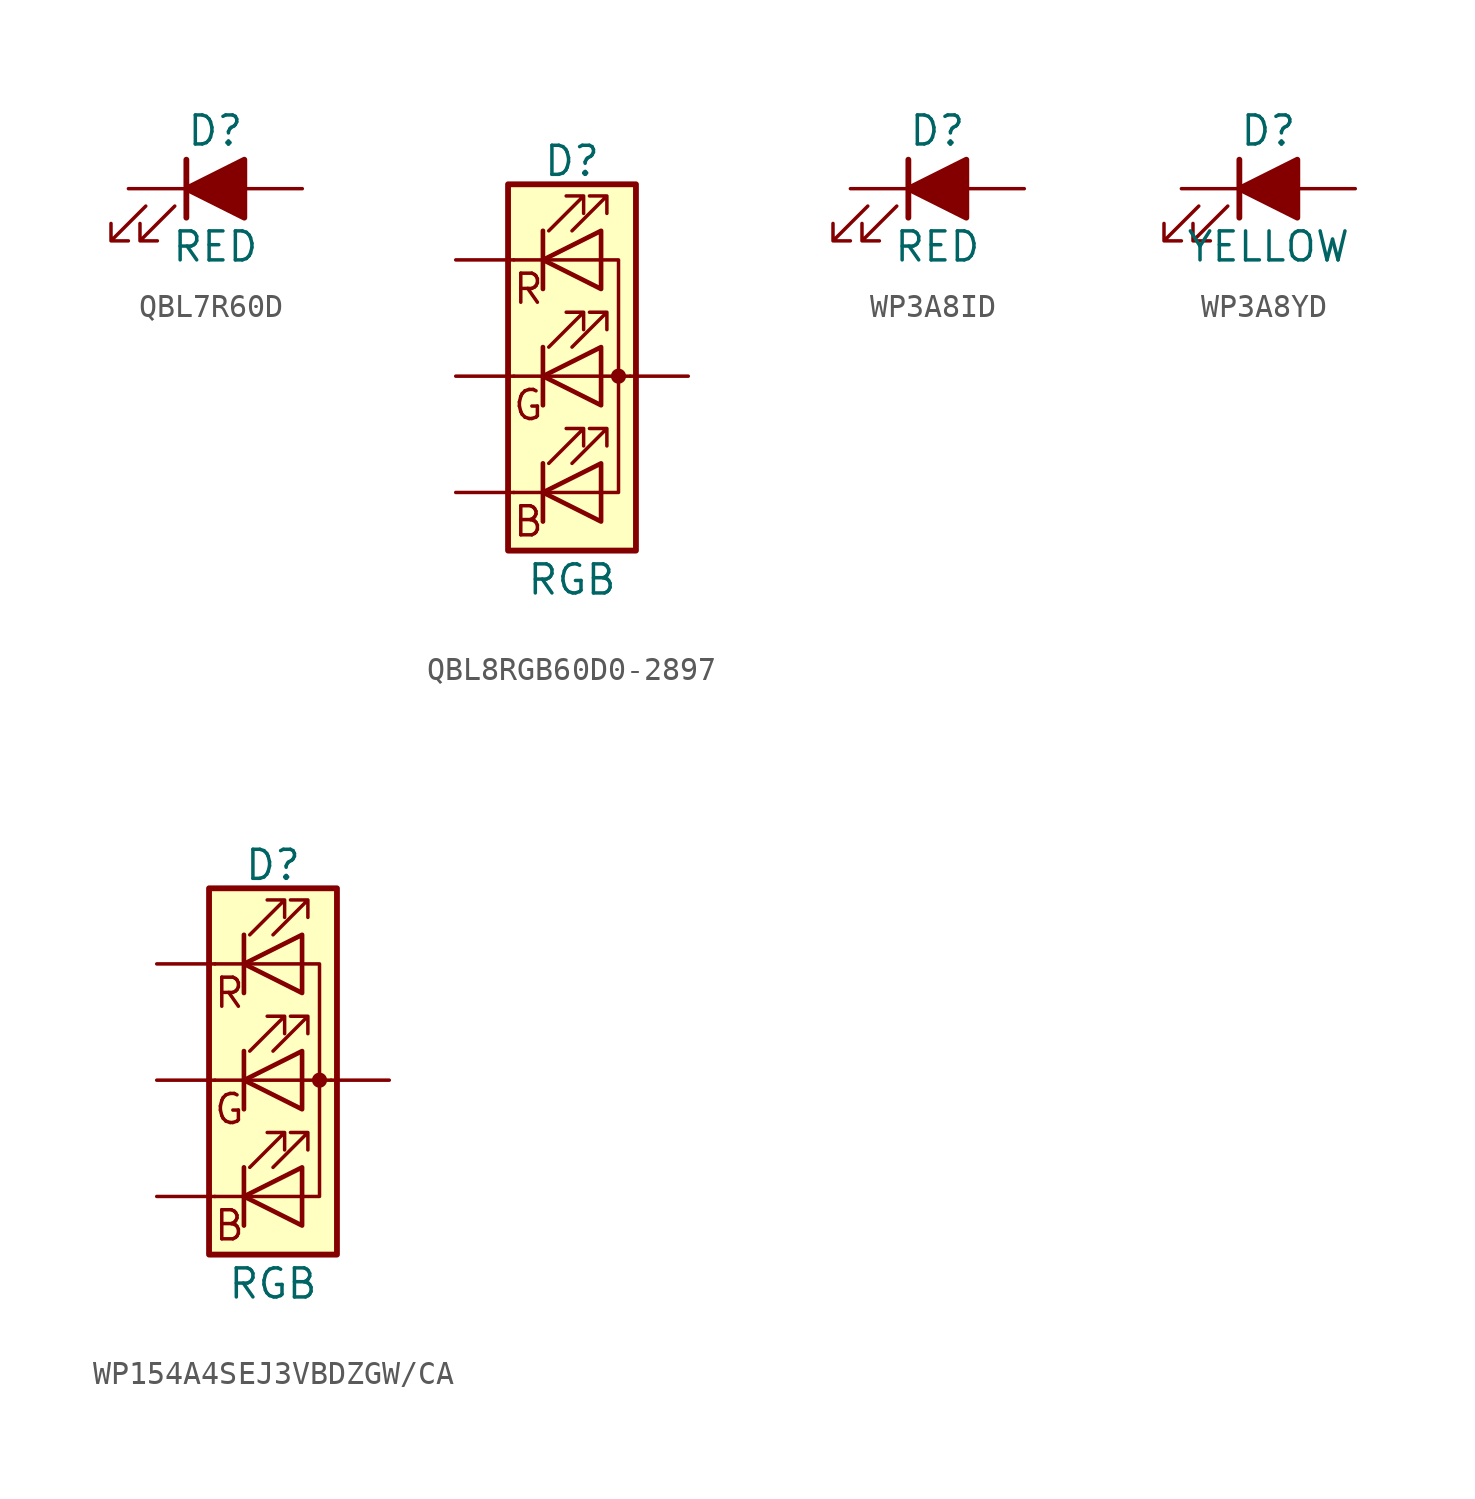
<source format=kicad_sym>
(kicad_symbol_lib
  (version 20220914)
  (generator kicad_symbol_editor)
  (symbol "QBL7R60D"
    (pin_numbers hide)
    (pin_names
      (offset 1.016) hide)
    (property "Reference" "D"
      (at 0 2.54 0)
      (effects (font (size 1.27 1.27))))
    (property "Value" "RED"
      (at 0 -2.54 0)
      (effects (font (size 1.27 1.27))))
    (symbol "QBL7R60D_0_1"
      (polyline (pts (xy -1.27 -1.27) (xy -1.27 1.27)) (stroke (width 0.254) (type default)) (fill (type none)))
      (polyline (pts (xy -1.27 0) (xy 1.27 0)) (stroke (width 0) (type default)) (fill (type none)))
      (polyline (pts (xy -3.048 -0.762) (xy -4.572 -2.286) (xy -3.81 -2.286) (xy -4.572 -2.286) (xy -4.572 -1.524)) (stroke (width 0) (type default)) (fill (type none)))
      (polyline (pts (xy -1.778 -0.762) (xy -3.302 -2.286) (xy -2.54 -2.286) (xy -3.302 -2.286) (xy -3.302 -1.524)) (stroke (width 0) (type default)) (fill (type none))))
    (symbol "QBL7R60D_1_1"
      (polyline (pts (xy 1.27 -1.27) (xy 1.27 1.27) (xy -1.27 0) (xy 1.27 -1.27)) (stroke (width 0.254) (type default)) (fill (type outline)))
      (pin passive line (at -3.81 0 0) (length 2.54) (name "K" (effects (font (size 1.27 1.27)))) (number "1" (effects (font (size 1.27 1.27)))))
      (pin passive line (at 3.81 0 180) (length 2.54) (name "A" (effects (font (size 1.27 1.27)))) (number "2" (effects (font (size 1.27 1.27)))))))
  (symbol "QBL8RGB60D0-2897"
    (pin_names
      (offset 0) hide)
    (property "Reference" "D"
      (at 0 9.398 0)
      (effects (font (size 1.27 1.27))))
    (property "Value" "RGB"
      (at 0 -8.89 0)
      (effects (font (size 1.27 1.27))))
    (symbol "QBL8RGB60D0-2897_0_0"
      (text "B" (at -1.905 -6.35 0) (effects (font (size 1.27 1.27))))
      (text "G" (at -1.905 -1.27 0) (effects (font (size 1.27 1.27))))
      (text "R" (at -1.905 3.81 0) (effects (font (size 1.27 1.27)))))
    (symbol "QBL8RGB60D0-2897_0_1"
      (polyline (pts (xy -1.27 -5.08) (xy -2.54 -5.08)) (stroke (width 0) (type solid)) (fill (type none)))
      (polyline (pts (xy -1.27 -5.08) (xy 1.27 -5.08)) (stroke (width 0) (type solid)) (fill (type none)))
      (polyline (pts (xy -1.27 -3.81) (xy -1.27 -6.35)) (stroke (width 0) (type solid)) (fill (type none)))
      (polyline (pts (xy -1.27 -3.81) (xy -1.27 -6.35)) (stroke (width 0.203) (type solid)) (fill (type none)))
      (polyline (pts (xy -1.27 0) (xy -2.54 0)) (stroke (width 0) (type solid)) (fill (type none)))
      (polyline (pts (xy -1.27 0) (xy 1.27 0)) (stroke (width 0) (type solid)) (fill (type none)))
      (polyline (pts (xy -1.27 1.27) (xy -1.27 -1.27)) (stroke (width 0.203) (type solid)) (fill (type none)))
      (polyline (pts (xy -1.27 5.08) (xy -2.54 5.08)) (stroke (width 0) (type solid)) (fill (type none)))
      (polyline (pts (xy -1.27 6.35) (xy -1.27 3.81)) (stroke (width 0.203) (type solid)) (fill (type none)))
      (polyline (pts (xy 1.27 0) (xy 2.54 0)) (stroke (width 0) (type solid)) (fill (type none)))
      (polyline (pts (xy 1.27 5.08) (xy -1.27 5.08)) (stroke (width 0) (type solid)) (fill (type none)))
      (polyline (pts (xy -1.27 1.27) (xy -1.27 -1.27) (xy -1.27 -1.27)) (stroke (width 0) (type solid)) (fill (type none)))
      (polyline (pts (xy -1.27 6.35) (xy -1.27 3.81) (xy -1.27 3.81)) (stroke (width 0) (type solid)) (fill (type none)))
      (polyline (pts (xy 1.27 -5.08) (xy 2.032 -5.08) (xy 2.032 5.08) (xy 1.27 5.08)) (stroke (width 0) (type solid)) (fill (type none)))
      (polyline (pts (xy 1.27 -3.81) (xy 1.27 -6.35) (xy -1.27 -5.08) (xy 1.27 -3.81)) (stroke (width 0.203) (type solid)) (fill (type none)))
      (polyline (pts (xy 1.27 1.27) (xy 1.27 -1.27) (xy -1.27 0) (xy 1.27 1.27)) (stroke (width 0.203) (type solid)) (fill (type none)))
      (polyline (pts (xy 1.27 6.35) (xy 1.27 3.81) (xy -1.27 5.08) (xy 1.27 6.35)) (stroke (width 0.203) (type solid)) (fill (type none)))
      (polyline (pts (xy -1.016 -3.81) (xy 0.508 -2.286) (xy -0.254 -2.286) (xy 0.508 -2.286) (xy 0.508 -3.048)) (stroke (width 0) (type solid)) (fill (type none)))
      (polyline (pts (xy -1.016 1.27) (xy 0.508 2.794) (xy -0.254 2.794) (xy 0.508 2.794) (xy 0.508 2.032)) (stroke (width 0) (type solid)) (fill (type none)))
      (polyline (pts (xy -1.016 6.35) (xy 0.508 7.874) (xy -0.254 7.874) (xy 0.508 7.874) (xy 0.508 7.112)) (stroke (width 0) (type solid)) (fill (type none)))
      (polyline (pts (xy 0 -3.81) (xy 1.524 -2.286) (xy 0.762 -2.286) (xy 1.524 -2.286) (xy 1.524 -3.048)) (stroke (width 0) (type solid)) (fill (type none)))
      (polyline (pts (xy 0 1.27) (xy 1.524 2.794) (xy 0.762 2.794) (xy 1.524 2.794) (xy 1.524 2.032)) (stroke (width 0) (type solid)) (fill (type none)))
      (polyline (pts (xy 0 6.35) (xy 1.524 7.874) (xy 0.762 7.874) (xy 1.524 7.874) (xy 1.524 7.112)) (stroke (width 0) (type solid)) (fill (type none)))
      (rectangle (start 1.27 -1.27) (end 1.27 1.27) (stroke (width 0) (type solid)) (fill (type none)))
      (rectangle (start 1.27 1.27) (end 1.27 1.27) (stroke (width 0) (type solid)) (fill (type none)))
      (rectangle (start 1.27 3.81) (end 1.27 6.35) (stroke (width 0) (type solid)) (fill (type none)))
      (rectangle (start 1.27 6.35) (end 1.27 6.35) (stroke (width 0) (type solid)) (fill (type none)))
      (circle (center 2.032 0) (radius 0.254) (stroke (width 0) (type solid)) (fill (type outline)))
      (rectangle (start 2.794 8.382) (end -2.794 -7.62) (stroke (width 0.254) (type solid)) (fill (type background))))
    (symbol "QBL8RGB60D0-2897_1_1"
      (pin passive line (at -5.08 5.08 0) (length 2.54) (name "RK" (effects (font (size 0 0)))) (number "1" (effects (font (size 0 0)))))
      (pin power_in line (at 5.08 0 180) (length 2.54) (name "A" (effects (font (size 0 0)))) (number "2" (effects (font (size 0 0)))))
      (pin passive line (at -5.08 -5.08 0) (length 2.54) (name "BK" (effects (font (size 0 0)))) (number "3" (effects (font (size 0 0)))))
      (pin passive line (at -5.08 0 0) (length 2.54) (name "GK" (effects (font (size 0 0)))) (number "4" (effects (font (size 0 0)))))))
  (symbol "WP3A8ID"
    (pin_numbers hide)
    (pin_names
      (offset 1.016) hide)
    (property "Reference" "D"
      (at 0 2.54 0)
      (effects (font (size 1.27 1.27))))
    (property "Value" "RED"
      (at 0 -2.54 0)
      (effects (font (size 1.27 1.27))))
    (symbol "WP3A8ID_0_1"
      (polyline (pts (xy -1.27 -1.27) (xy -1.27 1.27)) (stroke (width 0.254) (type default)) (fill (type none)))
      (polyline (pts (xy -1.27 0) (xy 1.27 0)) (stroke (width 0) (type default)) (fill (type none)))
      (polyline (pts (xy -3.048 -0.762) (xy -4.572 -2.286) (xy -3.81 -2.286) (xy -4.572 -2.286) (xy -4.572 -1.524)) (stroke (width 0) (type default)) (fill (type none)))
      (polyline (pts (xy -1.778 -0.762) (xy -3.302 -2.286) (xy -2.54 -2.286) (xy -3.302 -2.286) (xy -3.302 -1.524)) (stroke (width 0) (type default)) (fill (type none))))
    (symbol "WP3A8ID_1_1"
      (polyline (pts (xy 1.27 -1.27) (xy 1.27 1.27) (xy -1.27 0) (xy 1.27 -1.27)) (stroke (width 0.254) (type default)) (fill (type outline)))
      (pin passive line (at -3.81 0 0) (length 2.54) (name "K" (effects (font (size 1.27 1.27)))) (number "1" (effects (font (size 1.27 1.27)))))
      (pin passive line (at 3.81 0 180) (length 2.54) (name "A" (effects (font (size 1.27 1.27)))) (number "2" (effects (font (size 1.27 1.27)))))))
  (symbol "WP3A8YD"
    (pin_numbers hide)
    (pin_names
      (offset 1.016) hide)
    (property "Reference" "D"
      (at 0 2.54 0)
      (effects (font (size 1.27 1.27))))
    (property "Value" "YELLOW"
      (at 0 -2.54 0)
      (effects (font (size 1.27 1.27))))
    (symbol "WP3A8YD_0_1"
      (polyline (pts (xy -1.27 -1.27) (xy -1.27 1.27)) (stroke (width 0.254) (type default)) (fill (type none)))
      (polyline (pts (xy -1.27 0) (xy 1.27 0)) (stroke (width 0) (type default)) (fill (type none)))
      (polyline (pts (xy -3.048 -0.762) (xy -4.572 -2.286) (xy -3.81 -2.286) (xy -4.572 -2.286) (xy -4.572 -1.524)) (stroke (width 0) (type default)) (fill (type none)))
      (polyline (pts (xy -1.778 -0.762) (xy -3.302 -2.286) (xy -2.54 -2.286) (xy -3.302 -2.286) (xy -3.302 -1.524)) (stroke (width 0) (type default)) (fill (type none))))
    (symbol "WP3A8YD_1_1"
      (polyline (pts (xy 1.27 -1.27) (xy 1.27 1.27) (xy -1.27 0) (xy 1.27 -1.27)) (stroke (width 0.254) (type default)) (fill (type outline)))
      (pin passive line (at -3.81 0 0) (length 2.54) (name "K" (effects (font (size 1.27 1.27)))) (number "1" (effects (font (size 1.27 1.27)))))
      (pin passive line (at 3.81 0 180) (length 2.54) (name "A" (effects (font (size 1.27 1.27)))) (number "2" (effects (font (size 1.27 1.27)))))))
  (symbol "WP154A4SEJ3VBDZGW/CA"
    (pin_names
      (offset 0) hide)
    (property "Reference" "D"
      (at 0 9.398 0)
      (effects (font (size 1.27 1.27))))
    (property "Value" "RGB"
      (at 0 -8.89 0)
      (effects (font (size 1.27 1.27))))
    (symbol "WP154A4SEJ3VBDZGW/CA_0_0"
      (text "B" (at -1.905 -6.35 0) (effects (font (size 1.27 1.27))))
      (text "G" (at -1.905 -1.27 0) (effects (font (size 1.27 1.27))))
      (text "R" (at -1.905 3.81 0) (effects (font (size 1.27 1.27)))))
    (symbol "WP154A4SEJ3VBDZGW/CA_0_1"
      (polyline (pts (xy -1.27 -5.08) (xy -2.54 -5.08)) (stroke (width 0) (type solid)) (fill (type none)))
      (polyline (pts (xy -1.27 -5.08) (xy 1.27 -5.08)) (stroke (width 0) (type solid)) (fill (type none)))
      (polyline (pts (xy -1.27 -3.81) (xy -1.27 -6.35)) (stroke (width 0) (type solid)) (fill (type none)))
      (polyline (pts (xy -1.27 -3.81) (xy -1.27 -6.35)) (stroke (width 0.203) (type solid)) (fill (type none)))
      (polyline (pts (xy -1.27 0) (xy -2.54 0)) (stroke (width 0) (type solid)) (fill (type none)))
      (polyline (pts (xy -1.27 0) (xy 1.27 0)) (stroke (width 0) (type solid)) (fill (type none)))
      (polyline (pts (xy -1.27 1.27) (xy -1.27 -1.27)) (stroke (width 0.203) (type solid)) (fill (type none)))
      (polyline (pts (xy -1.27 5.08) (xy -2.54 5.08)) (stroke (width 0) (type solid)) (fill (type none)))
      (polyline (pts (xy -1.27 6.35) (xy -1.27 3.81)) (stroke (width 0.203) (type solid)) (fill (type none)))
      (polyline (pts (xy 1.27 0) (xy 2.54 0)) (stroke (width 0) (type solid)) (fill (type none)))
      (polyline (pts (xy 1.27 5.08) (xy -1.27 5.08)) (stroke (width 0) (type solid)) (fill (type none)))
      (polyline (pts (xy -1.27 1.27) (xy -1.27 -1.27) (xy -1.27 -1.27)) (stroke (width 0) (type solid)) (fill (type none)))
      (polyline (pts (xy -1.27 6.35) (xy -1.27 3.81) (xy -1.27 3.81)) (stroke (width 0) (type solid)) (fill (type none)))
      (polyline (pts (xy 1.27 -5.08) (xy 2.032 -5.08) (xy 2.032 5.08) (xy 1.27 5.08)) (stroke (width 0) (type solid)) (fill (type none)))
      (polyline (pts (xy 1.27 -3.81) (xy 1.27 -6.35) (xy -1.27 -5.08) (xy 1.27 -3.81)) (stroke (width 0.203) (type solid)) (fill (type none)))
      (polyline (pts (xy 1.27 1.27) (xy 1.27 -1.27) (xy -1.27 0) (xy 1.27 1.27)) (stroke (width 0.203) (type solid)) (fill (type none)))
      (polyline (pts (xy 1.27 6.35) (xy 1.27 3.81) (xy -1.27 5.08) (xy 1.27 6.35)) (stroke (width 0.203) (type solid)) (fill (type none)))
      (polyline (pts (xy -1.016 -3.81) (xy 0.508 -2.286) (xy -0.254 -2.286) (xy 0.508 -2.286) (xy 0.508 -3.048)) (stroke (width 0) (type solid)) (fill (type none)))
      (polyline (pts (xy -1.016 1.27) (xy 0.508 2.794) (xy -0.254 2.794) (xy 0.508 2.794) (xy 0.508 2.032)) (stroke (width 0) (type solid)) (fill (type none)))
      (polyline (pts (xy -1.016 6.35) (xy 0.508 7.874) (xy -0.254 7.874) (xy 0.508 7.874) (xy 0.508 7.112)) (stroke (width 0) (type solid)) (fill (type none)))
      (polyline (pts (xy 0 -3.81) (xy 1.524 -2.286) (xy 0.762 -2.286) (xy 1.524 -2.286) (xy 1.524 -3.048)) (stroke (width 0) (type solid)) (fill (type none)))
      (polyline (pts (xy 0 1.27) (xy 1.524 2.794) (xy 0.762 2.794) (xy 1.524 2.794) (xy 1.524 2.032)) (stroke (width 0) (type solid)) (fill (type none)))
      (polyline (pts (xy 0 6.35) (xy 1.524 7.874) (xy 0.762 7.874) (xy 1.524 7.874) (xy 1.524 7.112)) (stroke (width 0) (type solid)) (fill (type none)))
      (rectangle (start 1.27 -1.27) (end 1.27 1.27) (stroke (width 0) (type solid)) (fill (type none)))
      (rectangle (start 1.27 1.27) (end 1.27 1.27) (stroke (width 0) (type solid)) (fill (type none)))
      (rectangle (start 1.27 3.81) (end 1.27 6.35) (stroke (width 0) (type solid)) (fill (type none)))
      (rectangle (start 1.27 6.35) (end 1.27 6.35) (stroke (width 0) (type solid)) (fill (type none)))
      (circle (center 2.032 0) (radius 0.254) (stroke (width 0) (type solid)) (fill (type outline)))
      (rectangle (start 2.794 8.382) (end -2.794 -7.62) (stroke (width 0.254) (type solid)) (fill (type background))))
    (symbol "WP154A4SEJ3VBDZGW/CA_1_1"
      (pin passive line (at -5.08 5.08 0) (length 2.54) (name "RK" (effects (font (size 0 0)))) (number "1" (effects (font (size 0 0)))))
      (pin power_in line (at 5.08 0 180) (length 2.54) (name "A" (effects (font (size 0 0)))) (number "2" (effects (font (size 0 0)))))
      (pin passive line (at -5.08 -5.08 0) (length 2.54) (name "BK" (effects (font (size 0 0)))) (number "3" (effects (font (size 0 0)))))
      (pin passive line (at -5.08 0 0) (length 2.54) (name "GK" (effects (font (size 0 0)))) (number "4" (effects (font (size 0 0))))))))
</source>
